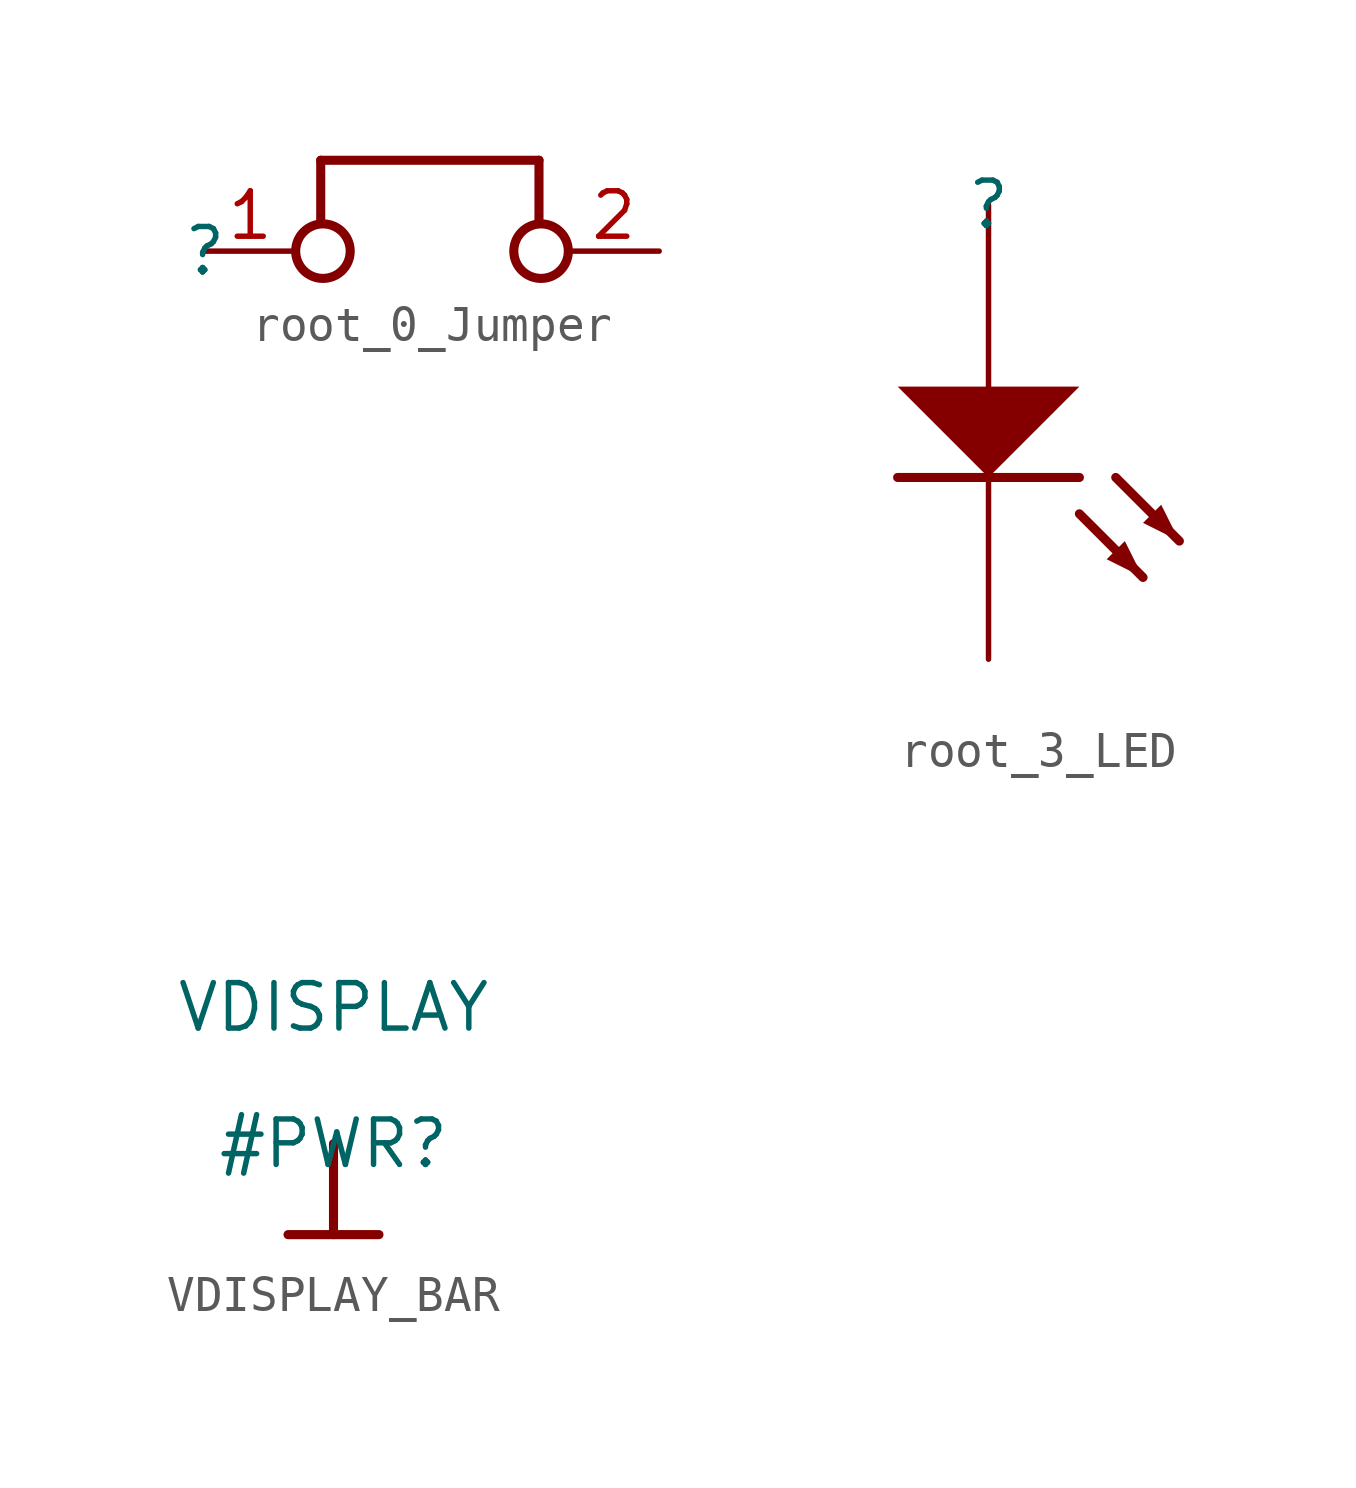
<source format=kicad_sym>
(kicad_symbol_lib
  (version 20231120)
  (generator "kicad_symbol_editor")
  (generator_version "8.0")
  (symbol "root_0_Jumper"
    (property "Reference" ""
      (at 0 0 0)
      (effects (font (size 1.27 1.27))))
    (property "Value" ""
      (at 0 0 0)
      (effects (font (size 1.27 1.27))))
    (symbol "root_0_Jumper_1_0"
      (polyline (pts (xy 3.24 2.54) (xy 3.24 0.84)) (stroke (width 0.254) (type solid)) (fill (type none)))
      (polyline (pts (xy 9.34 2.54) (xy 3.24 2.54)) (stroke (width 0.254) (type solid)) (fill (type none)))
      (polyline (pts (xy 9.34 2.54) (xy 9.34 0.84)) (stroke (width 0.254) (type solid)) (fill (type none)))
      (circle (center 3.302 0) (radius 0.762) (stroke (width 0.254) (type solid)) (fill (type none)))
      (circle (center 9.398 0) (radius 0.762) (stroke (width 0.254) (type solid)) (fill (type none)))
      (pin passive line (at 0 0 0) (length 2.54) (name "1" (effects (font (size 0 0)))) (number "1" (effects (font (size 1.27 1.27)))))
      (pin passive line (at 12.7 0 180) (length 2.54) (name "2" (effects (font (size 0 0)))) (number "2" (effects (font (size 1.27 1.27)))))))
  (symbol "root_3_LED"
    (property "Reference" ""
      (at 0 0 0)
      (effects (font (size 1.27 1.27))))
    (property "Value" ""
      (at 0 0 0)
      (effects (font (size 1.27 1.27))))
    (symbol "root_3_LED_1_0"
      (polyline (pts (xy 2.54 -8.636) (xy 4.318 -10.414)) (stroke (width 0.254) (type solid)) (fill (type none)))
      (polyline (pts (xy 2.54 -7.62) (xy -2.54 -7.62)) (stroke (width 0.254) (type solid)) (fill (type none)))
      (polyline (pts (xy 3.556 -7.62) (xy 5.334 -9.398)) (stroke (width 0.254) (type solid)) (fill (type none)))
      (polyline (pts (xy -2.54 -5.08) (xy 0 -7.62) (xy 2.54 -5.08) (xy -2.54 -5.08)) (stroke (width -0.0001) (type solid)) (fill (type outline)))
      (polyline (pts (xy 4.318 -10.414) (xy 3.81 -9.398) (xy 3.302 -9.906) (xy 4.318 -10.414)) (stroke (width -0.0001) (type solid)) (fill (type outline)))
      (polyline (pts (xy 5.334 -9.398) (xy 4.826 -8.382) (xy 4.318 -8.89) (xy 5.334 -9.398)) (stroke (width -0.0001) (type solid)) (fill (type outline)))
      (pin passive line (at 0 0 270) (length 5.08) (name "A" (effects (font (size 0 0)))) (number "1" (effects (font (size 0 0)))))
      (pin passive line (at 0 -12.7 90) (length 5.08) (name "K" (effects (font (size 0 0)))) (number "2" (effects (font (size 0 0)))))))
  (symbol "VDISPLAY_BAR"
    (power)
    (property "Reference" "#PWR"
      (at 0 0 0)
      (effects (font (size 1.27 1.27))))
    (property "Value" "VDISPLAY"
      (at 0 3.81 0)
      (effects (font (size 1.27 1.27))))
    (symbol "VDISPLAY_BAR_0_0"
      (polyline (pts (xy -1.27 -2.54) (xy 1.27 -2.54)) (stroke (width 0.254) (type solid)) (fill (type none)))
      (polyline (pts (xy 0 0) (xy 0 -2.54)) (stroke (width 0.254) (type solid)) (fill (type none)))
      (pin power_in line (at 0 0 0) (length 0) hide (name "VDISPLAY" (effects (font (size 1.27 1.27)))) (number "" (effects (font (size 1.27 1.27))))))))
</source>
